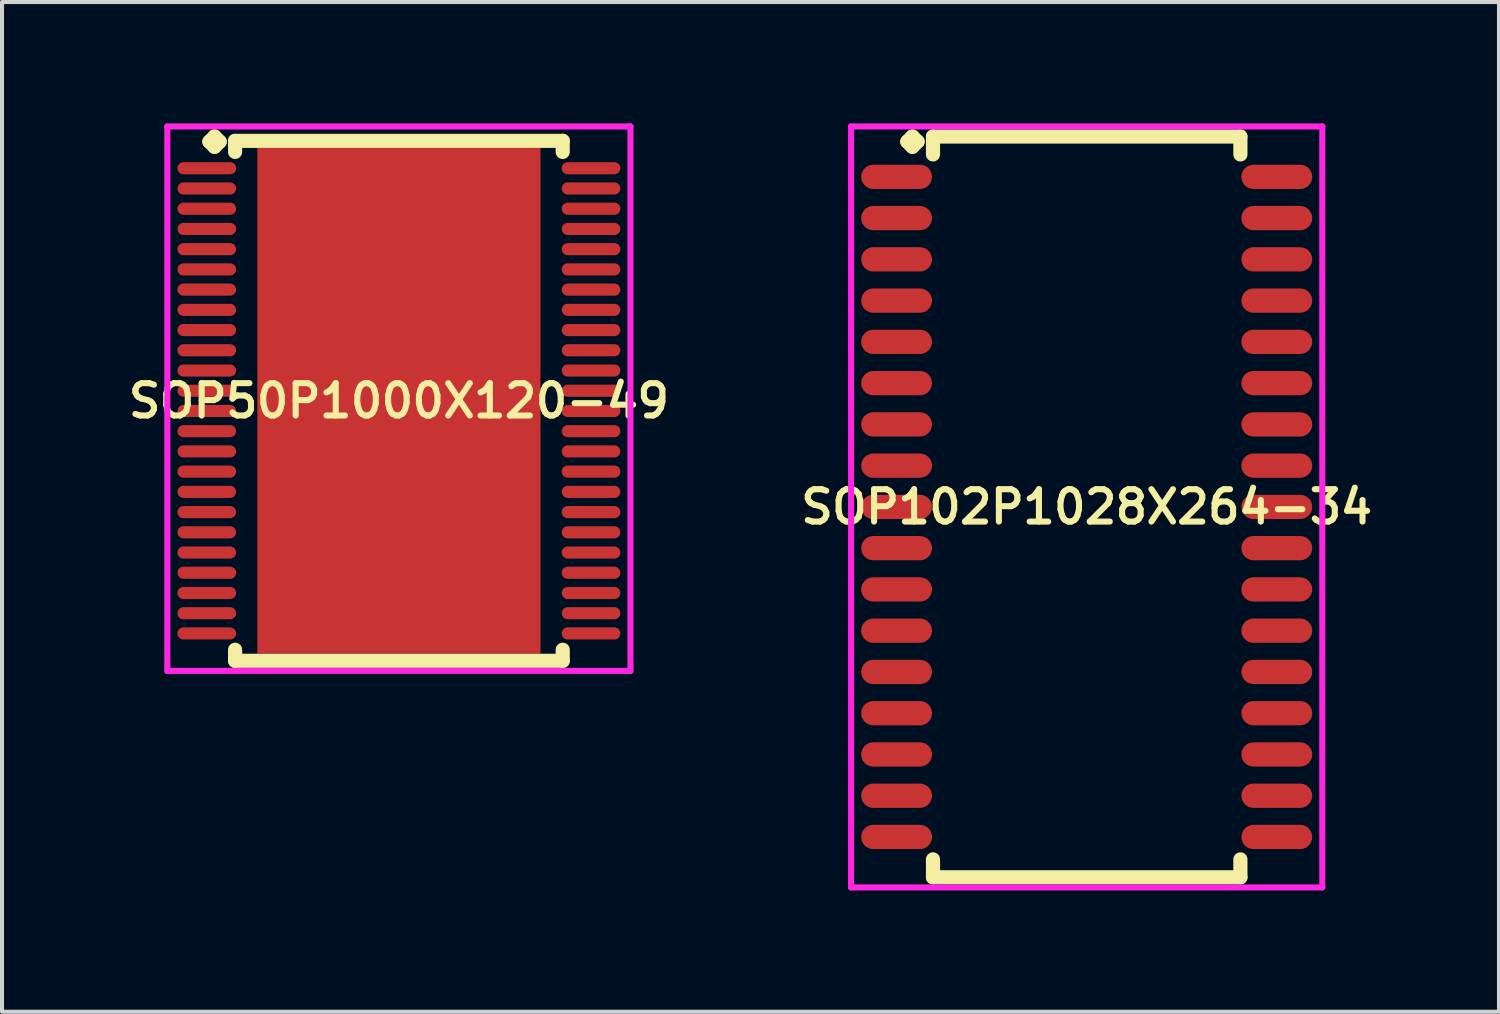
<source format=kicad_pcb>
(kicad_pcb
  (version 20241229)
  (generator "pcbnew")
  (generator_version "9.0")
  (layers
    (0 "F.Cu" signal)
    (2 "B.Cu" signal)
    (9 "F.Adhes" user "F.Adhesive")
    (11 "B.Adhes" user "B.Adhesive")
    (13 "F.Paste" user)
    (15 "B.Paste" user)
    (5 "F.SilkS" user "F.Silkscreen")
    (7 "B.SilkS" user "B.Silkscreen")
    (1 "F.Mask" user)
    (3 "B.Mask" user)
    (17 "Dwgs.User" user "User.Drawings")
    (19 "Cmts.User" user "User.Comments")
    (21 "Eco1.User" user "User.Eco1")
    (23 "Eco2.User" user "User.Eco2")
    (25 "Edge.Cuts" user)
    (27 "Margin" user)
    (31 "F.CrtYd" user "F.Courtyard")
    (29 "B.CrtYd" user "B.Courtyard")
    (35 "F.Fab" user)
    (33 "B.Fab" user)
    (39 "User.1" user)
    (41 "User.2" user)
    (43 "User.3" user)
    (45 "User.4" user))
  (footprint "SOP102P1028X264-34"
    (layer "F.Cu")
    (at 23.816 9.482)
    (property "Reference" "SOP102P1028X264-34" (at 0 0 0) (layer "F.SilkS") (effects (font (size 0.8 0.8) (thickness 0.15))))
    (attr smd)
    (fp_line (start -4.435 -9.03) (end -4.308 -9.157) (stroke (width 0.35) (type solid)) (layer "F.SilkS"))
    (fp_line (start -4.308 -9.157) (end -4.181 -9.03) (stroke (width 0.35) (type solid)) (layer "F.SilkS"))
    (fp_line (start -4.308 -8.903) (end -4.435 -9.03) (stroke (width 0.35) (type solid)) (layer "F.SilkS"))
    (fp_line (start -4.181 -9.03) (end -4.308 -8.903) (stroke (width 0.35) (type solid)) (layer "F.SilkS"))
    (fp_line (start -3.8 -9.157) (end 3.8 -9.157) (stroke (width 0.35) (type solid)) (layer "F.SilkS"))
    (fp_line (start -3.8 -8.714) (end -3.8 -9.157) (stroke (width 0.35) (type solid)) (layer "F.SilkS"))
    (fp_line (start -3.8 8.714) (end -3.8 9.157) (stroke (width 0.35) (type solid)) (layer "F.SilkS"))
    (fp_line (start -3.8 9.157) (end 3.8 9.157) (stroke (width 0.35) (type solid)) (layer "F.SilkS"))
    (fp_line (start 3.8 -9.157) (end 3.8 -8.714) (stroke (width 0.35) (type solid)) (layer "F.SilkS"))
    (fp_line (start 3.8 9.157) (end 3.8 8.714) (stroke (width 0.35) (type solid)) (layer "F.SilkS"))
    (fp_line (start -5.825 -9.407) (end 5.825 -9.407) (stroke (width 0.15) (type solid)) (layer "F.CrtYd"))
    (fp_line (start -5.825 9.407) (end -5.825 -9.407) (stroke (width 0.15) (type solid)) (layer "F.CrtYd"))
    (fp_line (start 5.825 -9.407) (end 5.825 9.407) (stroke (width 0.15) (type solid)) (layer "F.CrtYd"))
    (fp_line (start 5.825 9.407) (end -5.825 9.407) (stroke (width 0.15) (type solid)) (layer "F.CrtYd"))
    (pad "1" smd oval (at -4.7 -8.16) (size 1.75 0.6) (layers "F.Cu" "F.Mask" "F.Paste"))
    (pad "2" smd oval (at -4.7 -7.14) (size 1.75 0.6) (layers "F.Cu" "F.Mask" "F.Paste"))
    (pad "3" smd oval (at -4.7 -6.12) (size 1.75 0.6) (layers "F.Cu" "F.Mask" "F.Paste"))
    (pad "4" smd oval (at -4.7 -5.1) (size 1.75 0.6) (layers "F.Cu" "F.Mask" "F.Paste"))
    (pad "5" smd oval (at -4.7 -4.08) (size 1.75 0.6) (layers "F.Cu" "F.Mask" "F.Paste"))
    (pad "6" smd oval (at -4.7 -3.06) (size 1.75 0.6) (layers "F.Cu" "F.Mask" "F.Paste"))
    (pad "7" smd oval (at -4.7 -2.04) (size 1.75 0.6) (layers "F.Cu" "F.Mask" "F.Paste"))
    (pad "8" smd oval (at -4.7 -1.02) (size 1.75 0.6) (layers "F.Cu" "F.Mask" "F.Paste"))
    (pad "9" smd oval (at -4.7 0) (size 1.75 0.6) (layers "F.Cu" "F.Mask" "F.Paste"))
    (pad "10" smd oval (at -4.7 1.02) (size 1.75 0.6) (layers "F.Cu" "F.Mask" "F.Paste"))
    (pad "11" smd oval (at -4.7 2.04) (size 1.75 0.6) (layers "F.Cu" "F.Mask" "F.Paste"))
    (pad "12" smd oval (at -4.7 3.06) (size 1.75 0.6) (layers "F.Cu" "F.Mask" "F.Paste"))
    (pad "13" smd oval (at -4.7 4.08) (size 1.75 0.6) (layers "F.Cu" "F.Mask" "F.Paste"))
    (pad "14" smd oval (at -4.7 5.1) (size 1.75 0.6) (layers "F.Cu" "F.Mask" "F.Paste"))
    (pad "15" smd oval (at -4.7 6.12) (size 1.75 0.6) (layers "F.Cu" "F.Mask" "F.Paste"))
    (pad "16" smd oval (at -4.7 7.14) (size 1.75 0.6) (layers "F.Cu" "F.Mask" "F.Paste"))
    (pad "17" smd oval (at -4.7 8.16) (size 1.75 0.6) (layers "F.Cu" "F.Mask" "F.Paste"))
    (pad "18" smd oval (at 4.7 8.16) (size 1.75 0.6) (layers "F.Cu" "F.Mask" "F.Paste"))
    (pad "19" smd oval (at 4.7 7.14) (size 1.75 0.6) (layers "F.Cu" "F.Mask" "F.Paste"))
    (pad "20" smd oval (at 4.7 6.12) (size 1.75 0.6) (layers "F.Cu" "F.Mask" "F.Paste"))
    (pad "21" smd oval (at 4.7 5.1) (size 1.75 0.6) (layers "F.Cu" "F.Mask" "F.Paste"))
    (pad "22" smd oval (at 4.7 4.08) (size 1.75 0.6) (layers "F.Cu" "F.Mask" "F.Paste"))
    (pad "23" smd oval (at 4.7 3.06) (size 1.75 0.6) (layers "F.Cu" "F.Mask" "F.Paste"))
    (pad "24" smd oval (at 4.7 2.04) (size 1.75 0.6) (layers "F.Cu" "F.Mask" "F.Paste"))
    (pad "25" smd oval (at 4.7 1.02) (size 1.75 0.6) (layers "F.Cu" "F.Mask" "F.Paste"))
    (pad "26" smd oval (at 4.7 0) (size 1.75 0.6) (layers "F.Cu" "F.Mask" "F.Paste"))
    (pad "27" smd oval (at 4.7 -1.02) (size 1.75 0.6) (layers "F.Cu" "F.Mask" "F.Paste"))
    (pad "28" smd oval (at 4.7 -2.04) (size 1.75 0.6) (layers "F.Cu" "F.Mask" "F.Paste"))
    (pad "29" smd oval (at 4.7 -3.06) (size 1.75 0.6) (layers "F.Cu" "F.Mask" "F.Paste"))
    (pad "30" smd oval (at 4.7 -4.08) (size 1.75 0.6) (layers "F.Cu" "F.Mask" "F.Paste"))
    (pad "31" smd oval (at 4.7 -5.1) (size 1.75 0.6) (layers "F.Cu" "F.Mask" "F.Paste"))
    (pad "32" smd oval (at 4.7 -6.12) (size 1.75 0.6) (layers "F.Cu" "F.Mask" "F.Paste"))
    (pad "33" smd oval (at 4.7 -7.14) (size 1.75 0.6) (layers "F.Cu" "F.Mask" "F.Paste"))
    (pad "34" smd oval (at 4.7 -8.16) (size 1.75 0.6) (layers "F.Cu" "F.Mask" "F.Paste")))
  (footprint "SOP50P1000X120-49"
    (layer "F.Cu")
    (at 6.812 6.86)
    (property "Reference" "SOP50P1000X120-49" (at 0 0 0) (layer "F.SilkS") (effects (font (size 0.8 0.8) (thickness 0.15))))
    (attr smd)
    (fp_line (start -4.685 -6.408) (end -4.558 -6.535) (stroke (width 0.35) (type solid)) (layer "F.SilkS"))
    (fp_line (start -4.558 -6.535) (end -4.431 -6.408) (stroke (width 0.35) (type solid)) (layer "F.SilkS"))
    (fp_line (start -4.558 -6.281) (end -4.685 -6.408) (stroke (width 0.35) (type solid)) (layer "F.SilkS"))
    (fp_line (start -4.431 -6.408) (end -4.558 -6.281) (stroke (width 0.35) (type solid)) (layer "F.SilkS"))
    (fp_line (start -4.05 -6.427) (end 4.05 -6.427) (stroke (width 0.35) (type solid)) (layer "F.SilkS"))
    (fp_line (start -4.05 -6.154) (end -4.05 -6.427) (stroke (width 0.35) (type solid)) (layer "F.SilkS"))
    (fp_line (start -4.05 6.154) (end -4.05 6.427) (stroke (width 0.35) (type solid)) (layer "F.SilkS"))
    (fp_line (start -4.05 6.427) (end 4.05 6.427) (stroke (width 0.35) (type solid)) (layer "F.SilkS"))
    (fp_line (start 4.05 -6.427) (end 4.05 -6.154) (stroke (width 0.35) (type solid)) (layer "F.SilkS"))
    (fp_line (start 4.05 6.427) (end 4.05 6.154) (stroke (width 0.35) (type solid)) (layer "F.SilkS"))
    (fp_line (start -5.725 -6.785) (end 5.725 -6.785) (stroke (width 0.15) (type solid)) (layer "F.CrtYd"))
    (fp_line (start -5.725 6.677) (end -5.725 -6.785) (stroke (width 0.15) (type solid)) (layer "F.CrtYd"))
    (fp_line (start 5.725 -6.785) (end 5.725 6.677) (stroke (width 0.15) (type solid)) (layer "F.CrtYd"))
    (fp_line (start 5.725 6.677) (end -5.725 6.677) (stroke (width 0.15) (type solid)) (layer "F.CrtYd"))
    (pad "1" smd oval (at -4.75 -5.75) (size 1.45 0.3) (layers "F.Cu" "F.Mask" "F.Paste"))
    (pad "2" smd oval (at -4.75 -5.25) (size 1.45 0.3) (layers "F.Cu" "F.Mask" "F.Paste"))
    (pad "3" smd oval (at -4.75 -4.75) (size 1.45 0.3) (layers "F.Cu" "F.Mask" "F.Paste"))
    (pad "4" smd oval (at -4.75 -4.25) (size 1.45 0.3) (layers "F.Cu" "F.Mask" "F.Paste"))
    (pad "5" smd oval (at -4.75 -3.75) (size 1.45 0.3) (layers "F.Cu" "F.Mask" "F.Paste"))
    (pad "6" smd oval (at -4.75 -3.25) (size 1.45 0.3) (layers "F.Cu" "F.Mask" "F.Paste"))
    (pad "7" smd oval (at -4.75 -2.75) (size 1.45 0.3) (layers "F.Cu" "F.Mask" "F.Paste"))
    (pad "8" smd oval (at -4.75 -2.25) (size 1.45 0.3) (layers "F.Cu" "F.Mask" "F.Paste"))
    (pad "9" smd oval (at -4.75 -1.75) (size 1.45 0.3) (layers "F.Cu" "F.Mask" "F.Paste"))
    (pad "10" smd oval (at -4.75 -1.25) (size 1.45 0.3) (layers "F.Cu" "F.Mask" "F.Paste"))
    (pad "11" smd oval (at -4.75 -0.75) (size 1.45 0.3) (layers "F.Cu" "F.Mask" "F.Paste"))
    (pad "12" smd oval (at -4.75 -0.25) (size 1.45 0.3) (layers "F.Cu" "F.Mask" "F.Paste"))
    (pad "13" smd oval (at -4.75 0.25) (size 1.45 0.3) (layers "F.Cu" "F.Mask" "F.Paste"))
    (pad "14" smd oval (at -4.75 0.75) (size 1.45 0.3) (layers "F.Cu" "F.Mask" "F.Paste"))
    (pad "15" smd oval (at -4.75 1.25) (size 1.45 0.3) (layers "F.Cu" "F.Mask" "F.Paste"))
    (pad "16" smd oval (at -4.75 1.75) (size 1.45 0.3) (layers "F.Cu" "F.Mask" "F.Paste"))
    (pad "17" smd oval (at -4.75 2.25) (size 1.45 0.3) (layers "F.Cu" "F.Mask" "F.Paste"))
    (pad "18" smd oval (at -4.75 2.75) (size 1.45 0.3) (layers "F.Cu" "F.Mask" "F.Paste"))
    (pad "19" smd oval (at -4.75 3.25) (size 1.45 0.3) (layers "F.Cu" "F.Mask" "F.Paste"))
    (pad "20" smd oval (at -4.75 3.75) (size 1.45 0.3) (layers "F.Cu" "F.Mask" "F.Paste"))
    (pad "21" smd oval (at -4.75 4.25) (size 1.45 0.3) (layers "F.Cu" "F.Mask" "F.Paste"))
    (pad "22" smd oval (at -4.75 4.75) (size 1.45 0.3) (layers "F.Cu" "F.Mask" "F.Paste"))
    (pad "23" smd oval (at -4.75 5.25) (size 1.45 0.3) (layers "F.Cu" "F.Mask" "F.Paste"))
    (pad "24" smd oval (at -4.75 5.75) (size 1.45 0.3) (layers "F.Cu" "F.Mask" "F.Paste"))
    (pad "25" smd oval (at 4.75 5.75) (size 1.45 0.3) (layers "F.Cu" "F.Mask" "F.Paste"))
    (pad "26" smd oval (at 4.75 5.25) (size 1.45 0.3) (layers "F.Cu" "F.Mask" "F.Paste"))
    (pad "27" smd oval (at 4.75 4.75) (size 1.45 0.3) (layers "F.Cu" "F.Mask" "F.Paste"))
    (pad "28" smd oval (at 4.75 4.25) (size 1.45 0.3) (layers "F.Cu" "F.Mask" "F.Paste"))
    (pad "29" smd oval (at 4.75 3.75) (size 1.45 0.3) (layers "F.Cu" "F.Mask" "F.Paste"))
    (pad "30" smd oval (at 4.75 3.25) (size 1.45 0.3) (layers "F.Cu" "F.Mask" "F.Paste"))
    (pad "31" smd oval (at 4.75 2.75) (size 1.45 0.3) (layers "F.Cu" "F.Mask" "F.Paste"))
    (pad "32" smd oval (at 4.75 2.25) (size 1.45 0.3) (layers "F.Cu" "F.Mask" "F.Paste"))
    (pad "33" smd oval (at 4.75 1.75) (size 1.45 0.3) (layers "F.Cu" "F.Mask" "F.Paste"))
    (pad "34" smd oval (at 4.75 1.25) (size 1.45 0.3) (layers "F.Cu" "F.Mask" "F.Paste"))
    (pad "35" smd oval (at 4.75 0.75) (size 1.45 0.3) (layers "F.Cu" "F.Mask" "F.Paste"))
    (pad "36" smd oval (at 4.75 0.25) (size 1.45 0.3) (layers "F.Cu" "F.Mask" "F.Paste"))
    (pad "37" smd oval (at 4.75 -0.25) (size 1.45 0.3) (layers "F.Cu" "F.Mask" "F.Paste"))
    (pad "38" smd oval (at 4.75 -0.75) (size 1.45 0.3) (layers "F.Cu" "F.Mask" "F.Paste"))
    (pad "39" smd oval (at 4.75 -1.25) (size 1.45 0.3) (layers "F.Cu" "F.Mask" "F.Paste"))
    (pad "40" smd oval (at 4.75 -1.75) (size 1.45 0.3) (layers "F.Cu" "F.Mask" "F.Paste"))
    (pad "41" smd oval (at 4.75 -2.25) (size 1.45 0.3) (layers "F.Cu" "F.Mask" "F.Paste"))
    (pad "42" smd oval (at 4.75 -2.75) (size 1.45 0.3) (layers "F.Cu" "F.Mask" "F.Paste"))
    (pad "43" smd oval (at 4.75 -3.25) (size 1.45 0.3) (layers "F.Cu" "F.Mask" "F.Paste"))
    (pad "44" smd oval (at 4.75 -3.75) (size 1.45 0.3) (layers "F.Cu" "F.Mask" "F.Paste"))
    (pad "45" smd oval (at 4.75 -4.25) (size 1.45 0.3) (layers "F.Cu" "F.Mask" "F.Paste"))
    (pad "46" smd oval (at 4.75 -4.75) (size 1.45 0.3) (layers "F.Cu" "F.Mask" "F.Paste"))
    (pad "47" smd oval (at 4.75 -5.25) (size 1.45 0.3) (layers "F.Cu" "F.Mask" "F.Paste"))
    (pad "48" smd oval (at 4.75 -5.75) (size 1.45 0.3) (layers "F.Cu" "F.Mask" "F.Paste"))
    (pad "49" smd rect (at 0 0) (size 7 12.5) (layers "F.Cu" "F.Mask" "F.Paste")))
  (gr_rect
    (start -3 -3)
    (end 34.009 21.964)
    (stroke (width 0.1) (type default))
    (fill no)
    (layer "Edge.Cuts")))
</source>
